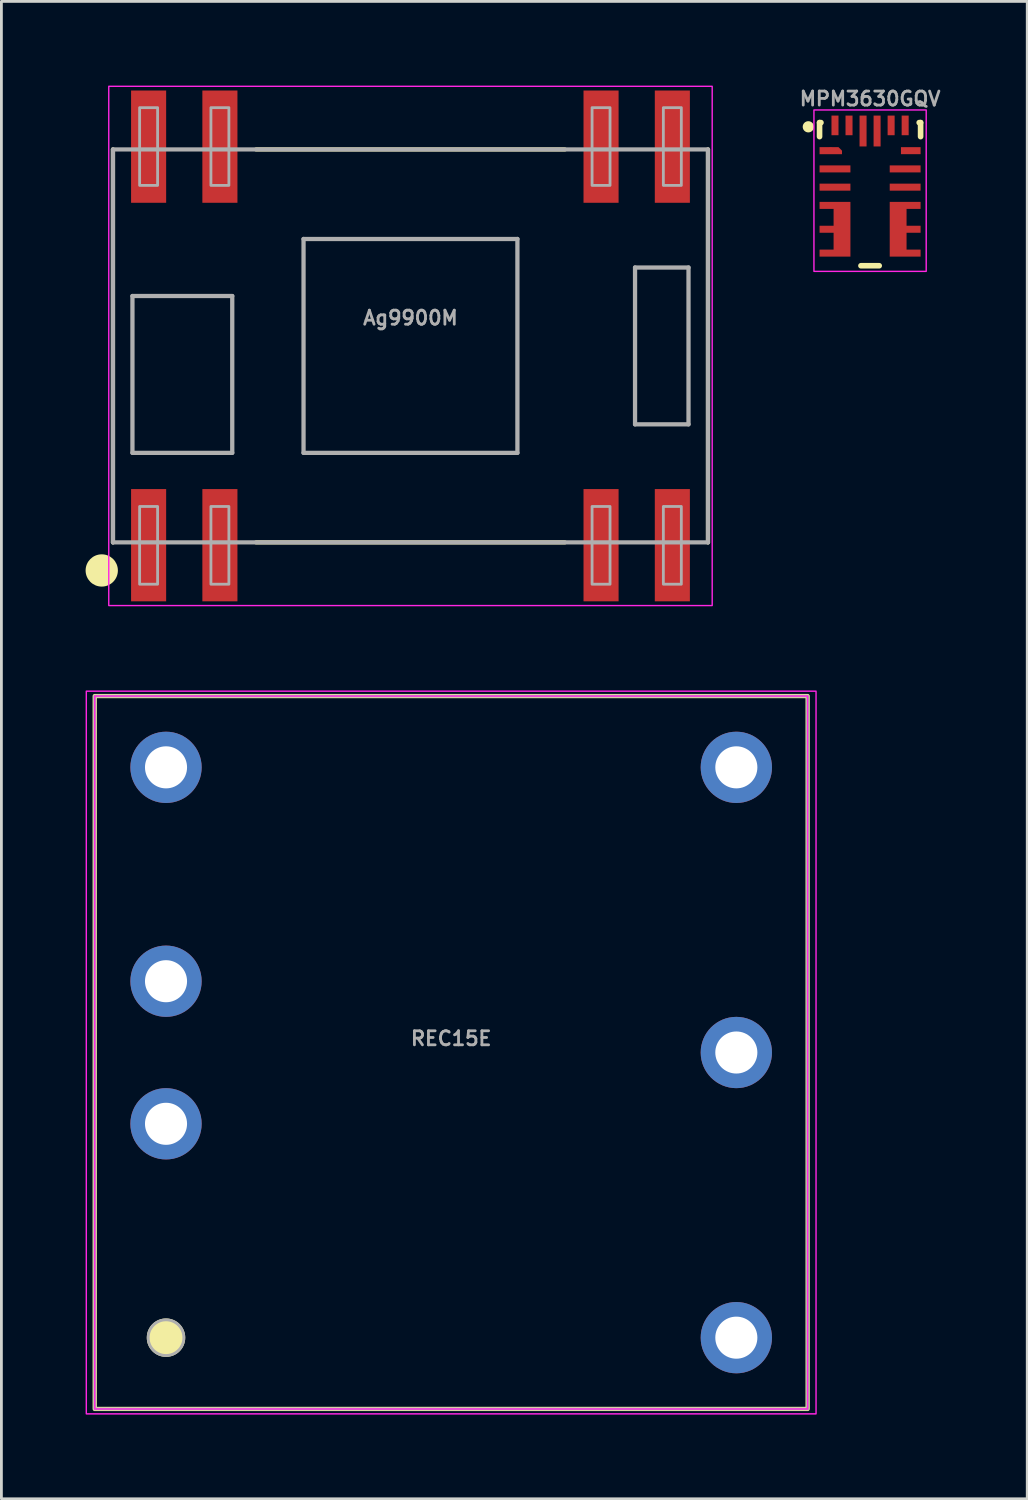
<source format=kicad_pcb>
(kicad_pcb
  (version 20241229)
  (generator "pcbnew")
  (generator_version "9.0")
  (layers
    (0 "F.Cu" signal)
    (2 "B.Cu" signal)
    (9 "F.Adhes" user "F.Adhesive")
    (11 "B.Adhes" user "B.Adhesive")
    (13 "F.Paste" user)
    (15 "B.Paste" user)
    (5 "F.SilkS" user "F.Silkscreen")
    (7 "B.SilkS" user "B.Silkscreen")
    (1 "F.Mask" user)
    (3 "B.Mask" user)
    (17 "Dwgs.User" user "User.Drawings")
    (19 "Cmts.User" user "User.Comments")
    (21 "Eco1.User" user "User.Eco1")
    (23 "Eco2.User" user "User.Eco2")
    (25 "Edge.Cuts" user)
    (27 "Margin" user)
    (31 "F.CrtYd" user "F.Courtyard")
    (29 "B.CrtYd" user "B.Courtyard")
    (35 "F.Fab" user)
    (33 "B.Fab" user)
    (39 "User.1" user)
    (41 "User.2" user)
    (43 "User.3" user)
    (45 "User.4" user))
  (footprint "REC15E"
    (layer "F.Cu")
    (at 13.025 34.45)
    (property "Reference" "REC15E" (at 0 -0.5 0) (unlocked yes) (layer "F.Fab") (effects (font (size 0.5 0.5) (thickness 0.1))))
    (attr through_hole)
    (fp_rect (start -12.7 -12.7) (end 12.7 12.7) (stroke (width 0.152) (type default)) (fill no) (layer "F.SilkS"))
    (fp_circle (center -10.16 10.16) (end -9.525 10.16) (stroke (width 0.1) (type solid)) (fill yes) (layer "F.SilkS"))
    (fp_rect (start -13 -12.875) (end 13 12.875) (stroke (width 0.05) (type default)) (fill no) (layer "F.CrtYd"))
    (fp_rect (start -12.7 -12.7) (end 12.7 12.7) (stroke (width 0.05) (type default)) (fill no) (layer "F.CrtYd"))
    (fp_rect (start -12.7 -12.7) (end 12.7 12.7) (stroke (width 0.1) (type default)) (fill no) (layer "F.Fab"))
    (fp_circle (center -10.16 10.16) (end -9.525 10.16) (stroke (width 0.1) (type solid)) (fill no) (layer "F.Fab"))
    (pad "1" thru_hole circle (at -10.16 2.54) (size 2.54 2.54) (drill 1.499) (layers "*.Cu" "*.Mask"))
    (pad "2" thru_hole circle (at -10.16 -2.54) (size 2.54 2.54) (drill 1.499) (layers "*.Cu" "*.Mask"))
    (pad "3" thru_hole circle (at -10.16 -10.16) (size 2.54 2.54) (drill 1.499) (layers "*.Cu" "*.Mask"))
    (pad "4" thru_hole circle (at 10.16 -10.16) (size 2.54 2.54) (drill 1.499) (layers "*.Cu" "*.Mask"))
    (pad "5" thru_hole circle (at 10.16 0) (size 2.54 2.54) (drill 1.499) (layers "*.Cu" "*.Mask"))
    (pad "6" thru_hole circle (at 10.16 10.16) (size 2.54 2.54) (drill 1.499) (layers "*.Cu" "*.Mask")))
  (footprint "Ag9900M"
    (layer "F.Cu")
    (at 11.575 9.275)
    (property "Reference" "Ag9900M" (at 0 -1 0) (layer "F.Fab") (effects (font (size 0.5 0.5) (thickness 0.1) (bold yes))))
    (attr smd)
    (fp_line (start -10.6 -7) (end -10.6 7) (stroke (width 0.15) (type solid)) (layer "F.SilkS"))
    (fp_line (start -5.5 -7) (end 5.5 -7) (stroke (width 0.15) (type solid)) (layer "F.SilkS"))
    (fp_line (start -5.5 7) (end 5.5 7) (stroke (width 0.15) (type solid)) (layer "F.SilkS"))
    (fp_line (start 10.6 7) (end 10.6 -7) (stroke (width 0.15) (type solid)) (layer "F.SilkS"))
    (fp_circle (center -11 8) (end -10.5 8) (stroke (width 0.15) (type solid)) (fill yes) (layer "F.SilkS"))
    (fp_rect (start -10.75 -9.25) (end 10.75 9.25) (stroke (width 0.05) (type default)) (fill no) (layer "F.CrtYd"))
    (fp_line (start -10.6 -7) (end 10.6 -7) (stroke (width 0.15) (type solid)) (layer "F.Fab"))
    (fp_line (start -10.6 7) (end -10.6 -7) (stroke (width 0.15) (type solid)) (layer "F.Fab"))
    (fp_line (start -9.906 -1.778) (end -6.35 -1.778) (stroke (width 0.152) (type solid)) (layer "F.Fab"))
    (fp_line (start -9.906 3.81) (end -9.906 -1.778) (stroke (width 0.152) (type solid)) (layer "F.Fab"))
    (fp_line (start -6.35 -1.778) (end -6.35 3.81) (stroke (width 0.152) (type solid)) (layer "F.Fab"))
    (fp_line (start -6.35 3.81) (end -9.906 3.81) (stroke (width 0.152) (type solid)) (layer "F.Fab"))
    (fp_line (start -3.81 -3.81) (end 3.81 -3.81) (stroke (width 0.152) (type solid)) (layer "F.Fab"))
    (fp_line (start -3.81 3.81) (end -3.81 -3.81) (stroke (width 0.152) (type solid)) (layer "F.Fab"))
    (fp_line (start 3.81 -3.81) (end 3.81 3.81) (stroke (width 0.152) (type solid)) (layer "F.Fab"))
    (fp_line (start 3.81 3.81) (end -3.81 3.81) (stroke (width 0.152) (type solid)) (layer "F.Fab"))
    (fp_line (start 8.001 -2.794) (end 9.906 -2.794) (stroke (width 0.152) (type solid)) (layer "F.Fab"))
    (fp_line (start 8.001 2.794) (end 8.001 -2.794) (stroke (width 0.152) (type solid)) (layer "F.Fab"))
    (fp_line (start 9.906 -2.794) (end 9.906 2.794) (stroke (width 0.152) (type solid)) (layer "F.Fab"))
    (fp_line (start 9.906 2.794) (end 8.001 2.794) (stroke (width 0.152) (type solid)) (layer "F.Fab"))
    (fp_line (start 10.6 -7) (end 10.6 7) (stroke (width 0.15) (type solid)) (layer "F.Fab"))
    (fp_line (start 10.6 7) (end -10.6 7) (stroke (width 0.15) (type solid)) (layer "F.Fab"))
    (fp_poly (pts (xy -9.65 -5.72) (xy -9.01 -5.72) (xy -9.01 -8.49) (xy -9.65 -8.49)) (stroke (width 0.1) (type default)) (fill no) (layer "F.Fab"))
    (fp_poly (pts (xy -9.01 5.72) (xy -9.65 5.72) (xy -9.65 8.49) (xy -9.01 8.49)) (stroke (width 0.1) (type default)) (fill no) (layer "F.Fab"))
    (fp_poly (pts (xy -7.11 -5.72) (xy -6.47 -5.72) (xy -6.47 -8.49) (xy -7.11 -8.49)) (stroke (width 0.1) (type default)) (fill no) (layer "F.Fab"))
    (fp_poly (pts (xy -6.47 5.72) (xy -7.11 5.72) (xy -7.11 8.49) (xy -6.47 8.49)) (stroke (width 0.1) (type default)) (fill no) (layer "F.Fab"))
    (fp_poly (pts (xy 6.47 -5.72) (xy 7.11 -5.72) (xy 7.11 -8.49) (xy 6.47 -8.49)) (stroke (width 0.1) (type default)) (fill no) (layer "F.Fab"))
    (fp_poly (pts (xy 7.11 5.72) (xy 6.47 5.72) (xy 6.47 8.49) (xy 7.11 8.49)) (stroke (width 0.1) (type default)) (fill no) (layer "F.Fab"))
    (fp_poly (pts (xy 9.01 -5.72) (xy 9.65 -5.72) (xy 9.65 -8.49) (xy 9.01 -8.49)) (stroke (width 0.1) (type default)) (fill no) (layer "F.Fab"))
    (fp_poly (pts (xy 9.65 5.72) (xy 9.01 5.72) (xy 9.01 8.49) (xy 9.65 8.49)) (stroke (width 0.1) (type default)) (fill no) (layer "F.Fab"))
    (pad "1" smd rect (at -9.33 7.1) (size 1.25 4) (layers "F.Cu" "F.Mask" "F.Paste"))
    (pad "2" smd rect (at -6.79 7.1) (size 1.25 4) (layers "F.Cu" "F.Mask" "F.Paste"))
    (pad "3" smd rect (at 6.79 7.1) (size 1.25 4) (layers "F.Cu" "F.Mask" "F.Paste"))
    (pad "4" smd rect (at 9.33 7.1) (size 1.25 4) (layers "F.Cu" "F.Mask" "F.Paste"))
    (pad "5" smd rect (at 9.33 -7.1 180) (size 1.25 4) (layers "F.Cu" "F.Mask" "F.Paste"))
    (pad "6" smd rect (at 6.79 -7.1 180) (size 1.25 4) (layers "F.Cu" "F.Mask" "F.Paste"))
    (pad "7" smd rect (at -6.79 -7.1 180) (size 1.25 4) (layers "F.Cu" "F.Mask" "F.Paste"))
    (pad "8" smd rect (at -9.33 -7.1 180) (size 1.25 4) (layers "F.Cu" "F.Mask" "F.Paste"))
    (zone (net_name "") (layer "F.Cu") (hatch edge 0.5) (connect_pads) (min_thickness 0.25) (filled_areas_thickness no) (keepout (tracks allowed) (vias allowed) (pads allowed) (copperpour allowed) (footprints not_allowed)) (placement (enabled no)) (fill) (polygon (pts (xy 1.575 4.275) (xy 5.575 4.275) (xy 5.575 2.275) (xy 17.575 2.275) (xy 17.575 4.275) (xy 21.575 4.275) (xy 21.575 14.275) (xy 17.575 14.275) (xy 17.575 16.275) (xy 5.575 16.275) (xy 5.575 14.275) (xy 1.575 14.275)))))
  (footprint "MPM3630GQV"
    (layer "F.Cu")
    (at 27.95 3.868)
    (property "Reference" "MPM3630GQV" (at 0 -3.4 0) (unlocked yes) (layer "F.Fab") (effects (font (size 0.5 0.5) (thickness 0.1) (bold yes))))
    (fp_line (start -1.8 -2.55) (end -1.8 -2.05) (stroke (width 0.2) (type solid)) (layer "F.SilkS"))
    (fp_line (start -1.8 -2.55) (end -1.75 -2.55) (stroke (width 0.2) (type solid)) (layer "F.SilkS"))
    (fp_line (start -0.325 2.55) (end 0.325 2.55) (stroke (width 0.2) (type solid)) (layer "F.SilkS"))
    (fp_line (start 1.75 -2.55) (end 1.8 -2.55) (stroke (width 0.2) (type solid)) (layer "F.SilkS"))
    (fp_line (start 1.8 -2.55) (end 1.8 -2.05) (stroke (width 0.2) (type solid)) (layer "F.SilkS"))
    (fp_circle (center -2.2 -2.4) (end -2.3 -2.4) (stroke (width 0.2) (type solid)) (fill yes) (layer "F.SilkS"))
    (fp_rect (start -2 -3) (end 2 2.75) (stroke (width 0.05) (type default)) (fill no) (layer "F.CrtYd"))
    (fp_rect (start -1.5 -2.5) (end 1.5 2.5) (stroke (width 0.1) (type default)) (fill no) (layer "User.1"))
    (pad "" smd custom (at -1.8 -1.425 270) (size 0.000001 0.000001) (layers "F.Cu" "F.Mask" "F.Paste") (options (anchor circle)) (primitives (gr_poly (pts (xy 0 0) (xy -0.25 0) (xy -0.25 -0.675) (xy -0.125 -0.8) (xy 0 -0.8)) (width 0) (fill yes))))
    (pad "" smd custom (at -1.8 0.275 270) (size 0.000001 0.000001) (layers "F.Cu" "F.Mask" "F.Paste") (options (anchor circle)) (primitives (gr_poly (pts (xy 0 0) (xy 0 -1.1) (xy 1.95 -1.1) (xy 1.95 0) (xy 1.7 0) (xy 1.7 -0.5) (xy 1.1 -0.5) (xy 1.1 0) (xy 0.85 0) (xy 0.85 -0.5) (xy 0.25 -0.5) (xy 0.25 0)) (width 0) (fill yes))))
    (pad "" smd custom (at 1.8 0.275 270) (size 0.000001 0.000001) (layers "F.Cu" "F.Mask" "F.Paste") (options (anchor circle)) (primitives (gr_poly (pts (xy 0 0) (xy 0 1.1) (xy 1.95 1.1) (xy 1.95 0) (xy 1.7 0) (xy 1.7 0.5) (xy 1.1 0.5) (xy 1.1 0) (xy 0.85 0) (xy 0.85 0.5) (xy 0.25 0.5) (xy 0.25 0)) (width 0) (fill yes))))
    (pad "1" smd circle (at -1.4 -1.55) (size 0.225 0.225) (layers "F.Cu" "F.Mask" "F.Paste"))
    (pad "2" smd rect (at -1.25 -0.9) (size 1.1 0.25) (layers "F.Cu" "F.Mask" "F.Paste"))
    (pad "3" smd rect (at -1.25 -0.25) (size 1.1 0.25) (layers "F.Cu" "F.Mask" "F.Paste"))
    (pad "4" smd circle (at -0.975 1.95) (size 0.495 0.495) (layers "F.Cu" "F.Mask" "F.Paste"))
    (pad "5" smd circle (at -1 1.3) (size 0.495 0.495) (layers "F.Cu" "F.Mask" "F.Paste"))
    (pad "6" smd circle (at -1 0.6) (size 0.495 0.495) (layers "F.Cu" "F.Mask" "F.Paste"))
    (pad "7-8-9" smd circle (at 0.975 1.4) (size 0.495 0.495) (layers "F.Cu" "F.Mask" "F.Paste"))
    (pad "10" smd rect (at 1.25 -0.25) (size 1.1 0.25) (layers "F.Cu" "F.Mask" "F.Paste"))
    (pad "11" smd rect (at 1.25 -0.9) (size 1.1 0.25) (layers "F.Cu" "F.Mask" "F.Paste"))
    (pad "12" smd rect (at 1.45 -1.55) (size 0.7 0.25) (layers "F.Cu" "F.Mask" "F.Paste"))
    (pad "13" smd rect (at 1.25 -2.45) (size 0.25 0.7) (layers "F.Cu" "F.Mask" "F.Paste"))
    (pad "14" smd rect (at 0.75 -2.45) (size 0.25 0.7) (layers "F.Cu" "F.Mask" "F.Paste"))
    (pad "15" smd rect (at 0.25 -2.25) (size 0.25 1.1) (layers "F.Cu" "F.Mask" "F.Paste"))
    (pad "16" smd rect (at -0.25 -2.25) (size 0.25 1.1) (layers "F.Cu" "F.Mask" "F.Paste"))
    (pad "17" smd rect (at -0.75 -2.45) (size 0.25 0.7) (layers "F.Cu" "F.Mask" "F.Paste"))
    (pad "18" smd rect (at -1.25 -2.45) (size 0.25 0.7) (layers "F.Cu" "F.Mask" "F.Paste")))
  (gr_rect
    (start -3 -3)
    (end 33.55 50.35)
    (stroke (width 0.1) (type default))
    (fill no)
    (layer "Edge.Cuts")))
</source>
